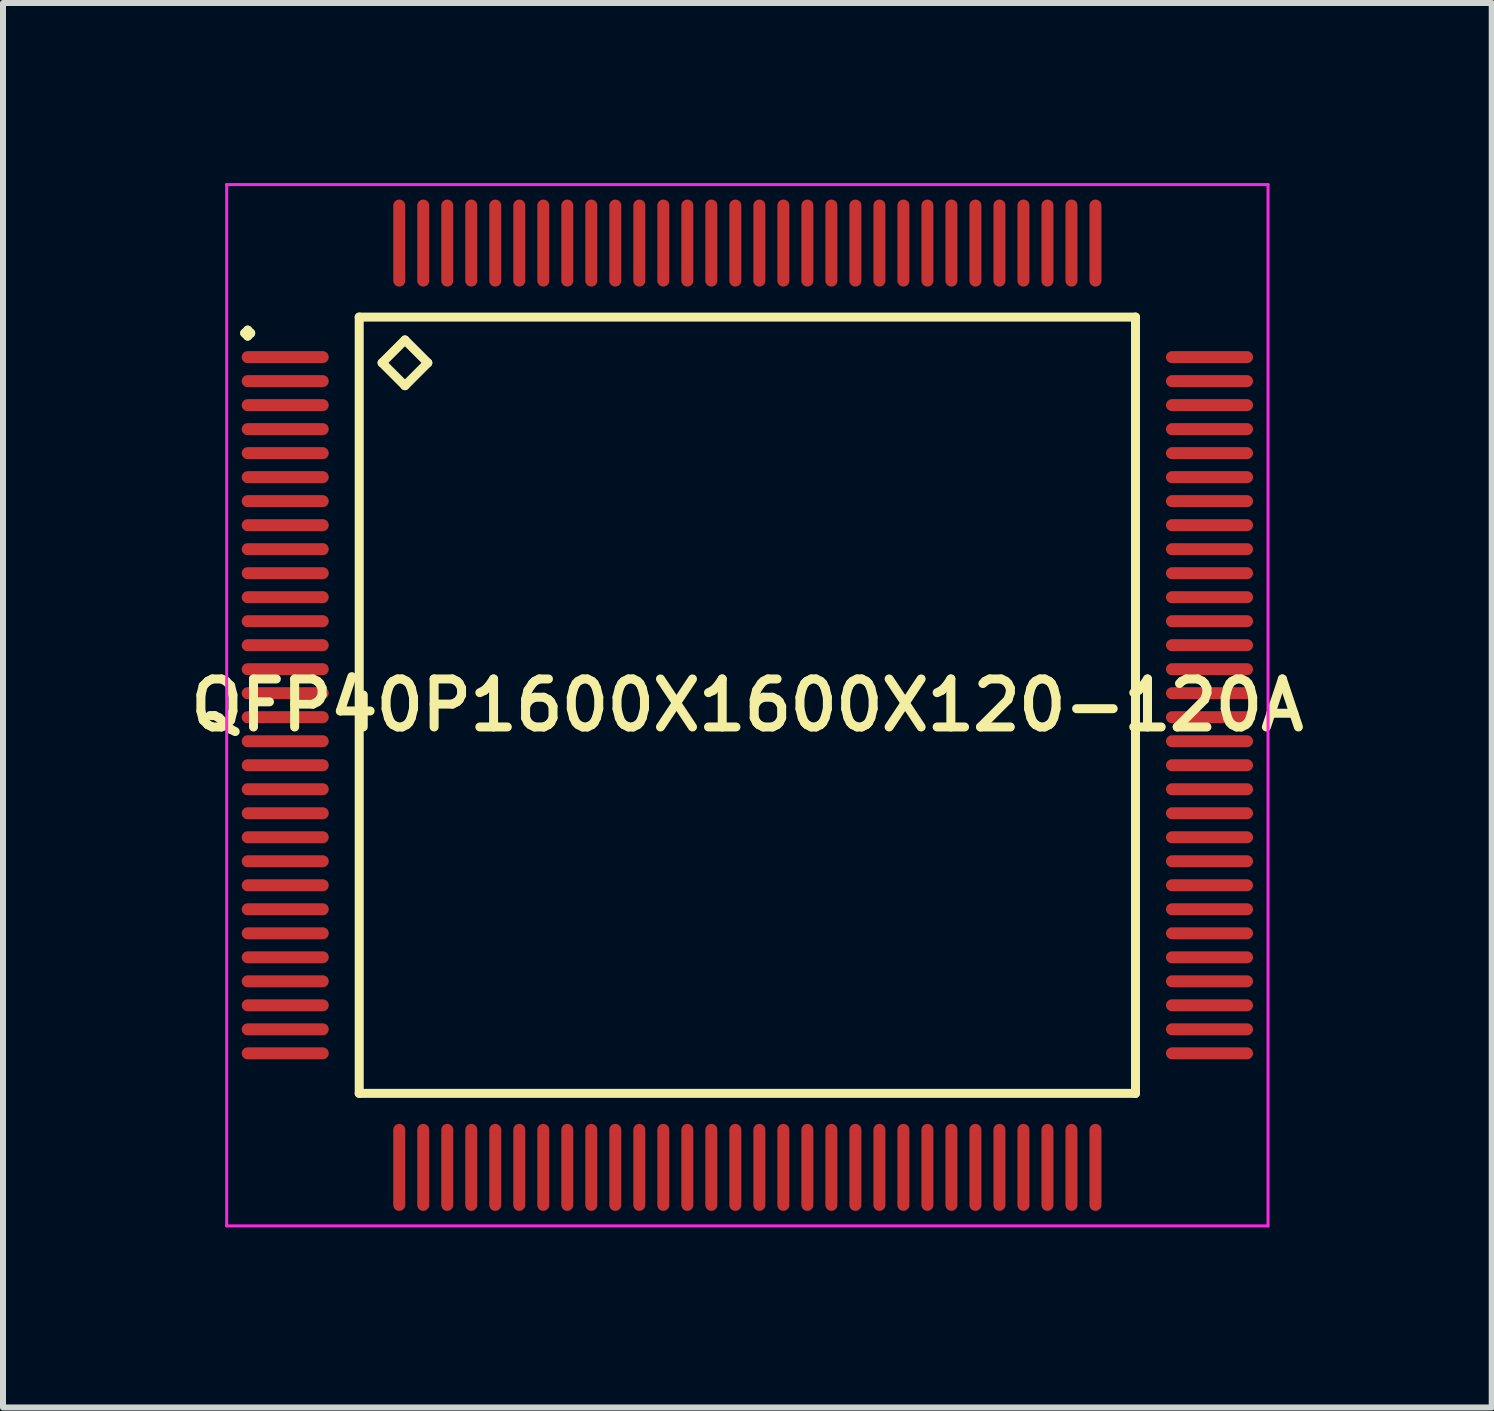
<source format=kicad_pcb>
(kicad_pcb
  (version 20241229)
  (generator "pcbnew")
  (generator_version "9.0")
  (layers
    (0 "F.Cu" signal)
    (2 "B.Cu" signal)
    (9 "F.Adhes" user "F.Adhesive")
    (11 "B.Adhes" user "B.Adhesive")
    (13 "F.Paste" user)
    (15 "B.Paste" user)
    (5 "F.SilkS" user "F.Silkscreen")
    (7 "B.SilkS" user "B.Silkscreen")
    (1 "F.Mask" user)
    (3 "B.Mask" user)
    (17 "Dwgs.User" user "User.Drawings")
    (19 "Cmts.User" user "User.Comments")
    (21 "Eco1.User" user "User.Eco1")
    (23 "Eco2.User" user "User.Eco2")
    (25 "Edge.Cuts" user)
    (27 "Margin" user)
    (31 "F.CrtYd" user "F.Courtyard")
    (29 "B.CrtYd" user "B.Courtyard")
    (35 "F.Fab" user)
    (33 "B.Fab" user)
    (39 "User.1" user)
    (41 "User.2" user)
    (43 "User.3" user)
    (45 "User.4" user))
  (footprint "QFP40P1600X1600X120-120A"
    (layer "F.Cu")
    (at 9.402 8.7)
    (property "Reference" "QFP40P1600X1600X120-120A" (at 0 0 0) (layer "F.SilkS") (effects (font (size 0.8 0.8) (thickness 0.15))))
    (attr smd)
    (fp_line (start -8.375 -6.2) (end -8.325 -6.25) (stroke (width 0.15) (type solid)) (layer "F.SilkS"))
    (fp_line (start -8.325 -6.25) (end -8.275 -6.2) (stroke (width 0.15) (type solid)) (layer "F.SilkS"))
    (fp_line (start -8.325 -6.15) (end -8.375 -6.2) (stroke (width 0.15) (type solid)) (layer "F.SilkS"))
    (fp_line (start -8.275 -6.2) (end -8.325 -6.15) (stroke (width 0.15) (type solid)) (layer "F.SilkS"))
    (fp_line (start -6.467 -6.467) (end -6.467 6.467) (stroke (width 0.15) (type solid)) (layer "F.SilkS"))
    (fp_line (start -6.467 6.467) (end 6.467 6.467) (stroke (width 0.15) (type solid)) (layer "F.SilkS"))
    (fp_line (start -6.086 -5.705) (end -5.705 -6.086) (stroke (width 0.15) (type solid)) (layer "F.SilkS"))
    (fp_line (start -5.705 -6.086) (end -5.324 -5.705) (stroke (width 0.15) (type solid)) (layer "F.SilkS"))
    (fp_line (start -5.705 -5.324) (end -6.086 -5.705) (stroke (width 0.15) (type solid)) (layer "F.SilkS"))
    (fp_line (start -5.324 -5.705) (end -5.705 -5.324) (stroke (width 0.15) (type solid)) (layer "F.SilkS"))
    (fp_line (start 6.467 -6.467) (end -6.467 -6.467) (stroke (width 0.15) (type solid)) (layer "F.SilkS"))
    (fp_line (start 6.467 6.467) (end 6.467 -6.467) (stroke (width 0.15) (type solid)) (layer "F.SilkS"))
    (fp_line (start -8.675 -8.675) (end 8.675 -8.675) (stroke (width 0.05) (type solid)) (layer "F.CrtYd"))
    (fp_line (start -8.675 8.675) (end -8.675 -8.675) (stroke (width 0.05) (type solid)) (layer "F.CrtYd"))
    (fp_line (start 8.675 -8.675) (end 8.675 8.675) (stroke (width 0.05) (type solid)) (layer "F.CrtYd"))
    (fp_line (start 8.675 8.675) (end -8.675 8.675) (stroke (width 0.05) (type solid)) (layer "F.CrtYd"))
    (pad "1" smd oval (at -7.7 -5.8) (size 1.45 0.2) (layers "F.Cu" "F.Mask" "F.Paste"))
    (pad "2" smd oval (at -7.7 -5.4) (size 1.45 0.2) (layers "F.Cu" "F.Mask" "F.Paste"))
    (pad "3" smd oval (at -7.7 -5) (size 1.45 0.2) (layers "F.Cu" "F.Mask" "F.Paste"))
    (pad "4" smd oval (at -7.7 -4.6) (size 1.45 0.2) (layers "F.Cu" "F.Mask" "F.Paste"))
    (pad "5" smd oval (at -7.7 -4.2) (size 1.45 0.2) (layers "F.Cu" "F.Mask" "F.Paste"))
    (pad "6" smd oval (at -7.7 -3.8) (size 1.45 0.2) (layers "F.Cu" "F.Mask" "F.Paste"))
    (pad "7" smd oval (at -7.7 -3.4) (size 1.45 0.2) (layers "F.Cu" "F.Mask" "F.Paste"))
    (pad "8" smd oval (at -7.7 -3) (size 1.45 0.2) (layers "F.Cu" "F.Mask" "F.Paste"))
    (pad "9" smd oval (at -7.7 -2.6) (size 1.45 0.2) (layers "F.Cu" "F.Mask" "F.Paste"))
    (pad "10" smd oval (at -7.7 -2.2) (size 1.45 0.2) (layers "F.Cu" "F.Mask" "F.Paste"))
    (pad "11" smd oval (at -7.7 -1.8) (size 1.45 0.2) (layers "F.Cu" "F.Mask" "F.Paste"))
    (pad "12" smd oval (at -7.7 -1.4) (size 1.45 0.2) (layers "F.Cu" "F.Mask" "F.Paste"))
    (pad "13" smd oval (at -7.7 -1) (size 1.45 0.2) (layers "F.Cu" "F.Mask" "F.Paste"))
    (pad "14" smd oval (at -7.7 -0.6) (size 1.45 0.2) (layers "F.Cu" "F.Mask" "F.Paste"))
    (pad "15" smd oval (at -7.7 -0.2) (size 1.45 0.2) (layers "F.Cu" "F.Mask" "F.Paste"))
    (pad "16" smd oval (at -7.7 0.2) (size 1.45 0.2) (layers "F.Cu" "F.Mask" "F.Paste"))
    (pad "17" smd oval (at -7.7 0.6) (size 1.45 0.2) (layers "F.Cu" "F.Mask" "F.Paste"))
    (pad "18" smd oval (at -7.7 1) (size 1.45 0.2) (layers "F.Cu" "F.Mask" "F.Paste"))
    (pad "19" smd oval (at -7.7 1.4) (size 1.45 0.2) (layers "F.Cu" "F.Mask" "F.Paste"))
    (pad "20" smd oval (at -7.7 1.8) (size 1.45 0.2) (layers "F.Cu" "F.Mask" "F.Paste"))
    (pad "21" smd oval (at -7.7 2.2) (size 1.45 0.2) (layers "F.Cu" "F.Mask" "F.Paste"))
    (pad "22" smd oval (at -7.7 2.6) (size 1.45 0.2) (layers "F.Cu" "F.Mask" "F.Paste"))
    (pad "23" smd oval (at -7.7 3) (size 1.45 0.2) (layers "F.Cu" "F.Mask" "F.Paste"))
    (pad "24" smd oval (at -7.7 3.4) (size 1.45 0.2) (layers "F.Cu" "F.Mask" "F.Paste"))
    (pad "25" smd oval (at -7.7 3.8) (size 1.45 0.2) (layers "F.Cu" "F.Mask" "F.Paste"))
    (pad "26" smd oval (at -7.7 4.2) (size 1.45 0.2) (layers "F.Cu" "F.Mask" "F.Paste"))
    (pad "27" smd oval (at -7.7 4.6) (size 1.45 0.2) (layers "F.Cu" "F.Mask" "F.Paste"))
    (pad "28" smd oval (at -7.7 5) (size 1.45 0.2) (layers "F.Cu" "F.Mask" "F.Paste"))
    (pad "29" smd oval (at -7.7 5.4) (size 1.45 0.2) (layers "F.Cu" "F.Mask" "F.Paste"))
    (pad "30" smd oval (at -7.7 5.8) (size 1.45 0.2) (layers "F.Cu" "F.Mask" "F.Paste"))
    (pad "31" smd oval (at -5.8 7.7) (size 0.2 1.45) (layers "F.Cu" "F.Mask" "F.Paste"))
    (pad "32" smd oval (at -5.4 7.7) (size 0.2 1.45) (layers "F.Cu" "F.Mask" "F.Paste"))
    (pad "33" smd oval (at -5 7.7) (size 0.2 1.45) (layers "F.Cu" "F.Mask" "F.Paste"))
    (pad "34" smd oval (at -4.6 7.7) (size 0.2 1.45) (layers "F.Cu" "F.Mask" "F.Paste"))
    (pad "35" smd oval (at -4.2 7.7) (size 0.2 1.45) (layers "F.Cu" "F.Mask" "F.Paste"))
    (pad "36" smd oval (at -3.8 7.7) (size 0.2 1.45) (layers "F.Cu" "F.Mask" "F.Paste"))
    (pad "37" smd oval (at -3.4 7.7) (size 0.2 1.45) (layers "F.Cu" "F.Mask" "F.Paste"))
    (pad "38" smd oval (at -3 7.7) (size 0.2 1.45) (layers "F.Cu" "F.Mask" "F.Paste"))
    (pad "39" smd oval (at -2.6 7.7) (size 0.2 1.45) (layers "F.Cu" "F.Mask" "F.Paste"))
    (pad "40" smd oval (at -2.2 7.7) (size 0.2 1.45) (layers "F.Cu" "F.Mask" "F.Paste"))
    (pad "41" smd oval (at -1.8 7.7) (size 0.2 1.45) (layers "F.Cu" "F.Mask" "F.Paste"))
    (pad "42" smd oval (at -1.4 7.7) (size 0.2 1.45) (layers "F.Cu" "F.Mask" "F.Paste"))
    (pad "43" smd oval (at -1 7.7) (size 0.2 1.45) (layers "F.Cu" "F.Mask" "F.Paste"))
    (pad "44" smd oval (at -0.6 7.7) (size 0.2 1.45) (layers "F.Cu" "F.Mask" "F.Paste"))
    (pad "45" smd oval (at -0.2 7.7) (size 0.2 1.45) (layers "F.Cu" "F.Mask" "F.Paste"))
    (pad "46" smd oval (at 0.2 7.7) (size 0.2 1.45) (layers "F.Cu" "F.Mask" "F.Paste"))
    (pad "47" smd oval (at 0.6 7.7) (size 0.2 1.45) (layers "F.Cu" "F.Mask" "F.Paste"))
    (pad "48" smd oval (at 1 7.7) (size 0.2 1.45) (layers "F.Cu" "F.Mask" "F.Paste"))
    (pad "49" smd oval (at 1.4 7.7) (size 0.2 1.45) (layers "F.Cu" "F.Mask" "F.Paste"))
    (pad "50" smd oval (at 1.8 7.7) (size 0.2 1.45) (layers "F.Cu" "F.Mask" "F.Paste"))
    (pad "51" smd oval (at 2.2 7.7) (size 0.2 1.45) (layers "F.Cu" "F.Mask" "F.Paste"))
    (pad "52" smd oval (at 2.6 7.7) (size 0.2 1.45) (layers "F.Cu" "F.Mask" "F.Paste"))
    (pad "53" smd oval (at 3 7.7) (size 0.2 1.45) (layers "F.Cu" "F.Mask" "F.Paste"))
    (pad "54" smd oval (at 3.4 7.7) (size 0.2 1.45) (layers "F.Cu" "F.Mask" "F.Paste"))
    (pad "55" smd oval (at 3.8 7.7) (size 0.2 1.45) (layers "F.Cu" "F.Mask" "F.Paste"))
    (pad "56" smd oval (at 4.2 7.7) (size 0.2 1.45) (layers "F.Cu" "F.Mask" "F.Paste"))
    (pad "57" smd oval (at 4.6 7.7) (size 0.2 1.45) (layers "F.Cu" "F.Mask" "F.Paste"))
    (pad "58" smd oval (at 5 7.7) (size 0.2 1.45) (layers "F.Cu" "F.Mask" "F.Paste"))
    (pad "59" smd oval (at 5.4 7.7) (size 0.2 1.45) (layers "F.Cu" "F.Mask" "F.Paste"))
    (pad "60" smd oval (at 5.8 7.7) (size 0.2 1.45) (layers "F.Cu" "F.Mask" "F.Paste"))
    (pad "61" smd oval (at 7.7 5.8) (size 1.45 0.2) (layers "F.Cu" "F.Mask" "F.Paste"))
    (pad "62" smd oval (at 7.7 5.4) (size 1.45 0.2) (layers "F.Cu" "F.Mask" "F.Paste"))
    (pad "63" smd oval (at 7.7 5) (size 1.45 0.2) (layers "F.Cu" "F.Mask" "F.Paste"))
    (pad "64" smd oval (at 7.7 4.6) (size 1.45 0.2) (layers "F.Cu" "F.Mask" "F.Paste"))
    (pad "65" smd oval (at 7.7 4.2) (size 1.45 0.2) (layers "F.Cu" "F.Mask" "F.Paste"))
    (pad "66" smd oval (at 7.7 3.8) (size 1.45 0.2) (layers "F.Cu" "F.Mask" "F.Paste"))
    (pad "67" smd oval (at 7.7 3.4) (size 1.45 0.2) (layers "F.Cu" "F.Mask" "F.Paste"))
    (pad "68" smd oval (at 7.7 3) (size 1.45 0.2) (layers "F.Cu" "F.Mask" "F.Paste"))
    (pad "69" smd oval (at 7.7 2.6) (size 1.45 0.2) (layers "F.Cu" "F.Mask" "F.Paste"))
    (pad "70" smd oval (at 7.7 2.2) (size 1.45 0.2) (layers "F.Cu" "F.Mask" "F.Paste"))
    (pad "71" smd oval (at 7.7 1.8) (size 1.45 0.2) (layers "F.Cu" "F.Mask" "F.Paste"))
    (pad "72" smd oval (at 7.7 1.4) (size 1.45 0.2) (layers "F.Cu" "F.Mask" "F.Paste"))
    (pad "73" smd oval (at 7.7 1) (size 1.45 0.2) (layers "F.Cu" "F.Mask" "F.Paste"))
    (pad "74" smd oval (at 7.7 0.6) (size 1.45 0.2) (layers "F.Cu" "F.Mask" "F.Paste"))
    (pad "75" smd oval (at 7.7 0.2) (size 1.45 0.2) (layers "F.Cu" "F.Mask" "F.Paste"))
    (pad "76" smd oval (at 7.7 -0.2) (size 1.45 0.2) (layers "F.Cu" "F.Mask" "F.Paste"))
    (pad "77" smd oval (at 7.7 -0.6) (size 1.45 0.2) (layers "F.Cu" "F.Mask" "F.Paste"))
    (pad "78" smd oval (at 7.7 -1) (size 1.45 0.2) (layers "F.Cu" "F.Mask" "F.Paste"))
    (pad "79" smd oval (at 7.7 -1.4) (size 1.45 0.2) (layers "F.Cu" "F.Mask" "F.Paste"))
    (pad "80" smd oval (at 7.7 -1.8) (size 1.45 0.2) (layers "F.Cu" "F.Mask" "F.Paste"))
    (pad "81" smd oval (at 7.7 -2.2) (size 1.45 0.2) (layers "F.Cu" "F.Mask" "F.Paste"))
    (pad "82" smd oval (at 7.7 -2.6) (size 1.45 0.2) (layers "F.Cu" "F.Mask" "F.Paste"))
    (pad "83" smd oval (at 7.7 -3) (size 1.45 0.2) (layers "F.Cu" "F.Mask" "F.Paste"))
    (pad "84" smd oval (at 7.7 -3.4) (size 1.45 0.2) (layers "F.Cu" "F.Mask" "F.Paste"))
    (pad "85" smd oval (at 7.7 -3.8) (size 1.45 0.2) (layers "F.Cu" "F.Mask" "F.Paste"))
    (pad "86" smd oval (at 7.7 -4.2) (size 1.45 0.2) (layers "F.Cu" "F.Mask" "F.Paste"))
    (pad "87" smd oval (at 7.7 -4.6) (size 1.45 0.2) (layers "F.Cu" "F.Mask" "F.Paste"))
    (pad "88" smd oval (at 7.7 -5) (size 1.45 0.2) (layers "F.Cu" "F.Mask" "F.Paste"))
    (pad "89" smd oval (at 7.7 -5.4) (size 1.45 0.2) (layers "F.Cu" "F.Mask" "F.Paste"))
    (pad "90" smd oval (at 7.7 -5.8) (size 1.45 0.2) (layers "F.Cu" "F.Mask" "F.Paste"))
    (pad "91" smd oval (at 5.8 -7.7) (size 0.2 1.45) (layers "F.Cu" "F.Mask" "F.Paste"))
    (pad "92" smd oval (at 5.4 -7.7) (size 0.2 1.45) (layers "F.Cu" "F.Mask" "F.Paste"))
    (pad "93" smd oval (at 5 -7.7) (size 0.2 1.45) (layers "F.Cu" "F.Mask" "F.Paste"))
    (pad "94" smd oval (at 4.6 -7.7) (size 0.2 1.45) (layers "F.Cu" "F.Mask" "F.Paste"))
    (pad "95" smd oval (at 4.2 -7.7) (size 0.2 1.45) (layers "F.Cu" "F.Mask" "F.Paste"))
    (pad "96" smd oval (at 3.8 -7.7) (size 0.2 1.45) (layers "F.Cu" "F.Mask" "F.Paste"))
    (pad "97" smd oval (at 3.4 -7.7) (size 0.2 1.45) (layers "F.Cu" "F.Mask" "F.Paste"))
    (pad "98" smd oval (at 3 -7.7) (size 0.2 1.45) (layers "F.Cu" "F.Mask" "F.Paste"))
    (pad "99" smd oval (at 2.6 -7.7) (size 0.2 1.45) (layers "F.Cu" "F.Mask" "F.Paste"))
    (pad "100" smd oval (at 2.2 -7.7) (size 0.2 1.45) (layers "F.Cu" "F.Mask" "F.Paste"))
    (pad "101" smd oval (at 1.8 -7.7) (size 0.2 1.45) (layers "F.Cu" "F.Mask" "F.Paste"))
    (pad "102" smd oval (at 1.4 -7.7) (size 0.2 1.45) (layers "F.Cu" "F.Mask" "F.Paste"))
    (pad "103" smd oval (at 1 -7.7) (size 0.2 1.45) (layers "F.Cu" "F.Mask" "F.Paste"))
    (pad "104" smd oval (at 0.6 -7.7) (size 0.2 1.45) (layers "F.Cu" "F.Mask" "F.Paste"))
    (pad "105" smd oval (at 0.2 -7.7) (size 0.2 1.45) (layers "F.Cu" "F.Mask" "F.Paste"))
    (pad "106" smd oval (at -0.2 -7.7) (size 0.2 1.45) (layers "F.Cu" "F.Mask" "F.Paste"))
    (pad "107" smd oval (at -0.6 -7.7) (size 0.2 1.45) (layers "F.Cu" "F.Mask" "F.Paste"))
    (pad "108" smd oval (at -1 -7.7) (size 0.2 1.45) (layers "F.Cu" "F.Mask" "F.Paste"))
    (pad "109" smd oval (at -1.4 -7.7) (size 0.2 1.45) (layers "F.Cu" "F.Mask" "F.Paste"))
    (pad "110" smd oval (at -1.8 -7.7) (size 0.2 1.45) (layers "F.Cu" "F.Mask" "F.Paste"))
    (pad "111" smd oval (at -2.2 -7.7) (size 0.2 1.45) (layers "F.Cu" "F.Mask" "F.Paste"))
    (pad "112" smd oval (at -2.6 -7.7) (size 0.2 1.45) (layers "F.Cu" "F.Mask" "F.Paste"))
    (pad "113" smd oval (at -3 -7.7) (size 0.2 1.45) (layers "F.Cu" "F.Mask" "F.Paste"))
    (pad "114" smd oval (at -3.4 -7.7) (size 0.2 1.45) (layers "F.Cu" "F.Mask" "F.Paste"))
    (pad "115" smd oval (at -3.8 -7.7) (size 0.2 1.45) (layers "F.Cu" "F.Mask" "F.Paste"))
    (pad "116" smd oval (at -4.2 -7.7) (size 0.2 1.45) (layers "F.Cu" "F.Mask" "F.Paste"))
    (pad "117" smd oval (at -4.6 -7.7) (size 0.2 1.45) (layers "F.Cu" "F.Mask" "F.Paste"))
    (pad "118" smd oval (at -5 -7.7) (size 0.2 1.45) (layers "F.Cu" "F.Mask" "F.Paste"))
    (pad "119" smd oval (at -5.4 -7.7) (size 0.2 1.45) (layers "F.Cu" "F.Mask" "F.Paste"))
    (pad "120" smd oval (at -5.8 -7.7) (size 0.2 1.45) (layers "F.Cu" "F.Mask" "F.Paste")))
  (gr_rect
    (start -3 -3)
    (end 21.804 20.4)
    (stroke (width 0.1) (type default))
    (fill no)
    (layer "Edge.Cuts")))
</source>
